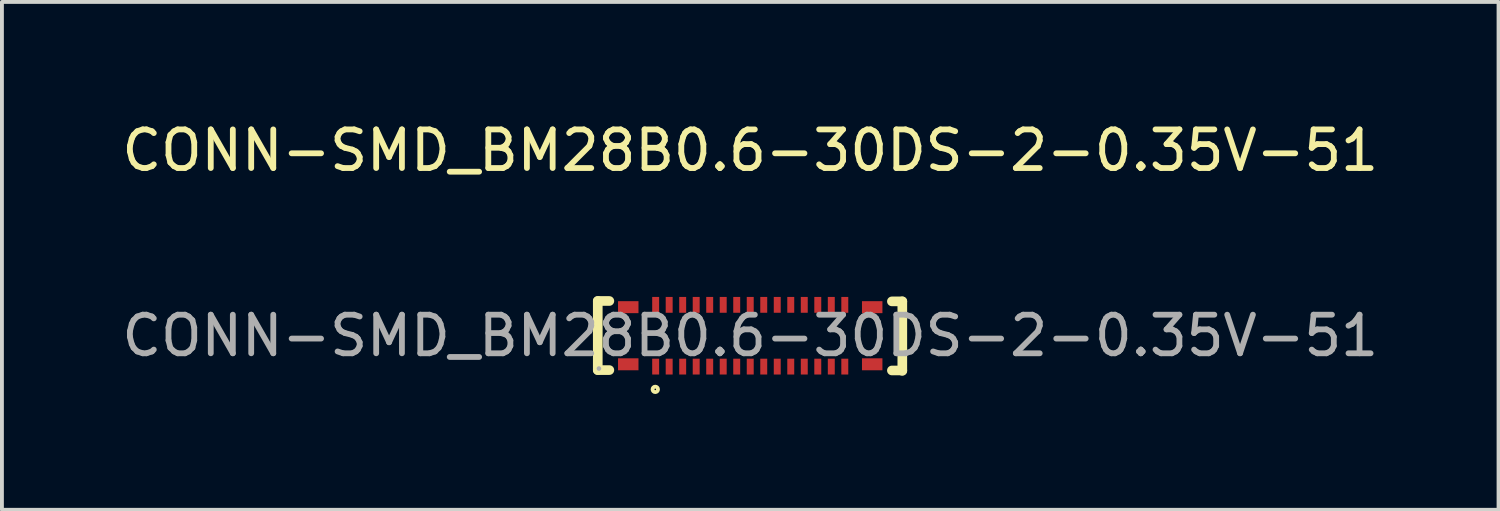
<source format=kicad_pcb>
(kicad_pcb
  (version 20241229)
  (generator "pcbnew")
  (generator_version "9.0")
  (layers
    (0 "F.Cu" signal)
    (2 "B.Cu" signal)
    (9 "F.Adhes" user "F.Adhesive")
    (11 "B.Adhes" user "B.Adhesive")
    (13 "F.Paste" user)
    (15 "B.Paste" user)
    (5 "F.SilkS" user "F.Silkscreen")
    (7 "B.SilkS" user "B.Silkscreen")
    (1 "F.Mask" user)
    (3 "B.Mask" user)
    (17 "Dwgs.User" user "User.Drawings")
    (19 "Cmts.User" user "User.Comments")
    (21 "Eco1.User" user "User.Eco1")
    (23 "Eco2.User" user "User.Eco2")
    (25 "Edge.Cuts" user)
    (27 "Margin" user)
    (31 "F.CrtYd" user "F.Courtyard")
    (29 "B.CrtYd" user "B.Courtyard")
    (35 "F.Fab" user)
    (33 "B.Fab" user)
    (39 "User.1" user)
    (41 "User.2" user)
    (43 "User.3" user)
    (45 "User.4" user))
  (footprint "CONN-SMD_BM28B0.6-30DS-2-0.35V-51"
    (layer "F.Cu")
    (at 16.387 5.648)
    (property "Reference" "CONN-SMD_BM28B0.6-30DS-2-0.35V-51" (at 0 -4.8 0) (layer "F.SilkS") (effects (font (size 1 1) (thickness 0.15))))
    (attr smd)
    (fp_line (start -3.95 -0.9) (end -3.95 0.89) (stroke (width 0.25) (type solid)) (layer "F.SilkS"))
    (fp_line (start -3.95 0.89) (end -3.65 0.89) (stroke (width 0.25) (type solid)) (layer "F.SilkS"))
    (fp_line (start -3.65 -0.9) (end -3.95 -0.9) (stroke (width 0.25) (type solid)) (layer "F.SilkS"))
    (fp_line (start 3.67 0.9) (end 3.94 0.9) (stroke (width 0.25) (type solid)) (layer "F.SilkS"))
    (fp_line (start 3.94 -0.89) (end 3.67 -0.89) (stroke (width 0.25) (type solid)) (layer "F.SilkS"))
    (fp_line (start 3.94 -0.89) (end 3.94 0.91) (stroke (width 0.25) (type solid)) (layer "F.SilkS"))
    (fp_circle (center -2.46 1.39) (end -2.39 1.39) (stroke (width 0.1) (type solid)) (fill no) (layer "F.SilkS"))
    (fp_circle (center -3.92 0.85) (end -3.89 0.85) (stroke (width 0.06) (type solid)) (fill no) (layer "F.Fab"))
    (fp_text user "${REFERENCE}" (at 0 0 0) (layer "F.Fab") (effects (font (size 1 1) (thickness 0.15))))
    (pad "1" smd rect (at -2.45 0.8) (size 0.18 0.41) (layers "F.Cu" "F.Mask" "F.Paste"))
    (pad "2" smd rect (at -2.1 0.8) (size 0.18 0.41) (layers "F.Cu" "F.Mask" "F.Paste"))
    (pad "3" smd rect (at -1.75 0.8) (size 0.18 0.41) (layers "F.Cu" "F.Mask" "F.Paste"))
    (pad "4" smd rect (at -1.4 0.8) (size 0.18 0.41) (layers "F.Cu" "F.Mask" "F.Paste"))
    (pad "5" smd rect (at -1.05 0.8) (size 0.18 0.41) (layers "F.Cu" "F.Mask" "F.Paste"))
    (pad "6" smd rect (at -0.7 0.8) (size 0.18 0.41) (layers "F.Cu" "F.Mask" "F.Paste"))
    (pad "7" smd rect (at -0.35 0.8) (size 0.18 0.41) (layers "F.Cu" "F.Mask" "F.Paste"))
    (pad "8" smd rect (at 0 0.8) (size 0.18 0.41) (layers "F.Cu" "F.Mask" "F.Paste"))
    (pad "9" smd rect (at 0.35 0.8) (size 0.18 0.41) (layers "F.Cu" "F.Mask" "F.Paste"))
    (pad "10" smd rect (at 0.7 0.8) (size 0.18 0.41) (layers "F.Cu" "F.Mask" "F.Paste"))
    (pad "11" smd rect (at 1.05 0.8) (size 0.18 0.41) (layers "F.Cu" "F.Mask" "F.Paste"))
    (pad "12" smd rect (at 1.4 0.8) (size 0.18 0.41) (layers "F.Cu" "F.Mask" "F.Paste"))
    (pad "13" smd rect (at 1.75 0.8) (size 0.18 0.41) (layers "F.Cu" "F.Mask" "F.Paste"))
    (pad "14" smd rect (at 2.1 0.8) (size 0.18 0.41) (layers "F.Cu" "F.Mask" "F.Paste"))
    (pad "15" smd rect (at 2.45 0.8) (size 0.18 0.41) (layers "F.Cu" "F.Mask" "F.Paste"))
    (pad "16" smd rect (at 2.45 -0.8) (size 0.18 0.41) (layers "F.Cu" "F.Mask" "F.Paste"))
    (pad "17" smd rect (at 2.1 -0.8) (size 0.18 0.41) (layers "F.Cu" "F.Mask" "F.Paste"))
    (pad "18" smd rect (at 1.75 -0.8) (size 0.18 0.41) (layers "F.Cu" "F.Mask" "F.Paste"))
    (pad "19" smd rect (at 1.4 -0.8) (size 0.18 0.41) (layers "F.Cu" "F.Mask" "F.Paste"))
    (pad "20" smd rect (at 1.05 -0.8) (size 0.18 0.41) (layers "F.Cu" "F.Mask" "F.Paste"))
    (pad "21" smd rect (at 0.7 -0.8) (size 0.18 0.41) (layers "F.Cu" "F.Mask" "F.Paste"))
    (pad "22" smd rect (at 0.35 -0.8) (size 0.18 0.41) (layers "F.Cu" "F.Mask" "F.Paste"))
    (pad "23" smd rect (at 0 -0.8) (size 0.18 0.41) (layers "F.Cu" "F.Mask" "F.Paste"))
    (pad "24" smd rect (at -0.35 -0.8) (size 0.18 0.41) (layers "F.Cu" "F.Mask" "F.Paste"))
    (pad "25" smd rect (at -0.7 -0.8) (size 0.18 0.41) (layers "F.Cu" "F.Mask" "F.Paste"))
    (pad "26" smd rect (at -1.05 -0.8) (size 0.18 0.41) (layers "F.Cu" "F.Mask" "F.Paste"))
    (pad "27" smd rect (at -1.4 -0.8) (size 0.18 0.41) (layers "F.Cu" "F.Mask" "F.Paste"))
    (pad "28" smd rect (at -1.75 -0.8) (size 0.18 0.41) (layers "F.Cu" "F.Mask" "F.Paste"))
    (pad "29" smd rect (at -2.1 -0.8) (size 0.18 0.41) (layers "F.Cu" "F.Mask" "F.Paste"))
    (pad "30" smd rect (at -2.45 -0.8) (size 0.18 0.41) (layers "F.Cu" "F.Mask" "F.Paste"))
    (pad "31" smd rect (at 3.16 -0.74) (size 0.53 0.31) (layers "F.Cu" "F.Mask" "F.Paste"))
    (pad "32" smd rect (at 3.16 0.74) (size 0.53 0.31) (layers "F.Cu" "F.Mask" "F.Paste"))
    (pad "33" smd rect (at -3.16 0.74) (size 0.53 0.31) (layers "F.Cu" "F.Mask" "F.Paste"))
    (pad "34" smd rect (at -3.16 -0.74) (size 0.53 0.31) (layers "F.Cu" "F.Mask" "F.Paste")))
  (gr_rect
    (start -3 -3)
    (end 35.774 10.158)
    (stroke (width 0.1) (type default))
    (fill no)
    (layer "Edge.Cuts")))
</source>
